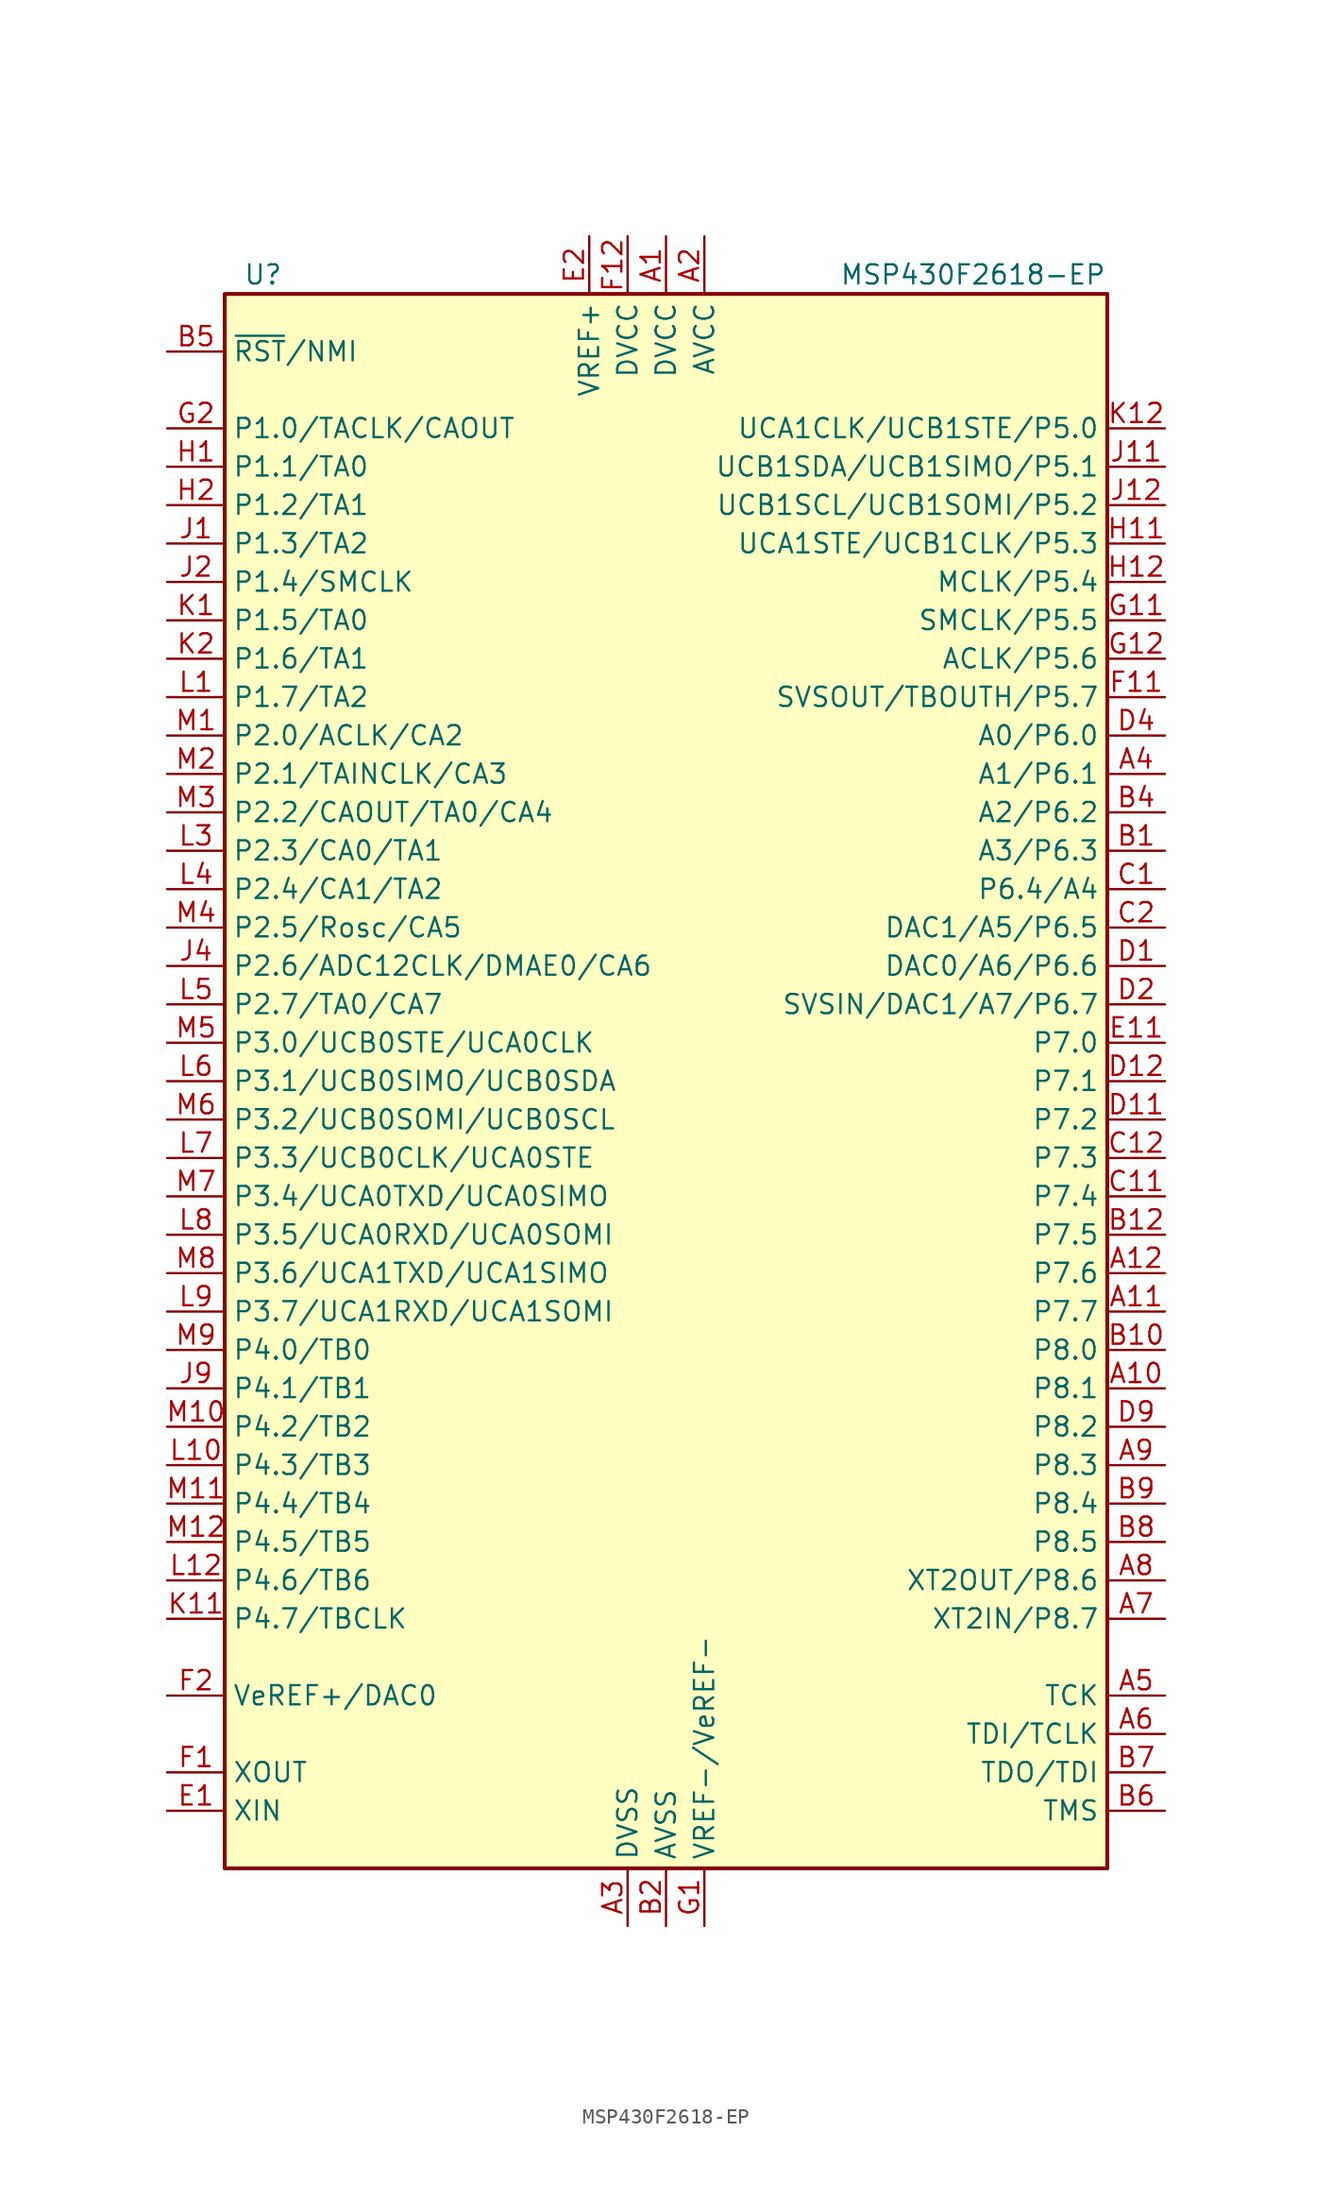
<source format=kicad_sym>
(kicad_symbol_lib
  (version 20201005)
  (generator kicad_symbol_editor)
  (symbol "MSP430F2618-EP"
    (property "Reference" "U"
      (at -26.67 53.34 0)
      (effects (font (size 1.27 1.27))))
    (property "Value" "MSP430F2618-EP"
      (at 20.32 53.34 0)
      (effects (font (size 1.27 1.27))))
    (symbol "MSP430F2618-EP_0_1"
      (rectangle (start -29.21 52.07) (end 29.21 -52.07) (stroke (width 0.254)) (fill (type background))))
    (symbol "MSP430F2618-EP_1_1"
      (pin power_in line (at 0 55.88 270) (length 3.81) (name "DVCC" (effects (font (size 1.27 1.27)))) (number "A1" (effects (font (size 1.27 1.27)))))
      (pin bidirectional line (at 33.02 -20.32 180) (length 3.81) (name "P8.1" (effects (font (size 1.27 1.27)))) (number "A10" (effects (font (size 1.27 1.27)))))
      (pin bidirectional line (at 33.02 -15.24 180) (length 3.81) (name "P7.7" (effects (font (size 1.27 1.27)))) (number "A11" (effects (font (size 1.27 1.27)))))
      (pin bidirectional line (at 33.02 -12.7 180) (length 3.81) (name "P7.6" (effects (font (size 1.27 1.27)))) (number "A12" (effects (font (size 1.27 1.27)))))
      (pin power_in line (at 2.54 55.88 270) (length 3.81) (name "AVCC" (effects (font (size 1.27 1.27)))) (number "A2" (effects (font (size 1.27 1.27)))))
      (pin power_in line (at -2.54 -55.88 90) (length 3.81) (name "DVSS" (effects (font (size 1.27 1.27)))) (number "A3" (effects (font (size 1.27 1.27)))))
      (pin bidirectional line (at 33.02 20.32 180) (length 3.81) (name "A1/P6.1" (effects (font (size 1.27 1.27)))) (number "A4" (effects (font (size 1.27 1.27)))))
      (pin input line (at 33.02 -40.64 180) (length 3.81) (name "TCK" (effects (font (size 1.27 1.27)))) (number "A5" (effects (font (size 1.27 1.27)))))
      (pin input line (at 33.02 -43.18 180) (length 3.81) (name "TDI/TCLK" (effects (font (size 1.27 1.27)))) (number "A6" (effects (font (size 1.27 1.27)))))
      (pin bidirectional line (at 33.02 -35.56 180) (length 3.81) (name "XT2IN/P8.7" (effects (font (size 1.27 1.27)))) (number "A7" (effects (font (size 1.27 1.27)))))
      (pin bidirectional line (at 33.02 -33.02 180) (length 3.81) (name "XT2OUT/P8.6" (effects (font (size 1.27 1.27)))) (number "A8" (effects (font (size 1.27 1.27)))))
      (pin bidirectional line (at 33.02 -25.4 180) (length 3.81) (name "P8.3" (effects (font (size 1.27 1.27)))) (number "A9" (effects (font (size 1.27 1.27)))))
      (pin bidirectional line (at 33.02 15.24 180) (length 3.81) (name "A3/P6.3" (effects (font (size 1.27 1.27)))) (number "B1" (effects (font (size 1.27 1.27)))))
      (pin bidirectional line (at 33.02 -17.78 180) (length 3.81) (name "P8.0" (effects (font (size 1.27 1.27)))) (number "B10" (effects (font (size 1.27 1.27)))))
      (pin power_in line (at -2.54 -55.88 90) (length 3.81) hide (name "DVSS" (effects (font (size 1.27 1.27)))) (number "B11" (effects (font (size 1.27 1.27)))))
      (pin bidirectional line (at 33.02 -10.16 180) (length 3.81) (name "P7.5" (effects (font (size 1.27 1.27)))) (number "B12" (effects (font (size 1.27 1.27)))))
      (pin power_in line (at 0 -55.88 90) (length 3.81) (name "AVSS" (effects (font (size 1.27 1.27)))) (number "B2" (effects (font (size 1.27 1.27)))))
      (pin power_in line (at 0 -55.88 90) (length 3.81) hide (name "AVSS" (effects (font (size 1.27 1.27)))) (number "B3" (effects (font (size 1.27 1.27)))))
      (pin bidirectional line (at 33.02 17.78 180) (length 3.81) (name "A2/P6.2" (effects (font (size 1.27 1.27)))) (number "B4" (effects (font (size 1.27 1.27)))))
      (pin input line (at -33.02 48.26 0) (length 3.81) (name "~RST~/NMI" (effects (font (size 1.27 1.27)))) (number "B5" (effects (font (size 1.27 1.27)))))
      (pin input line (at 33.02 -48.26 180) (length 3.81) (name "TMS" (effects (font (size 1.27 1.27)))) (number "B6" (effects (font (size 1.27 1.27)))))
      (pin bidirectional line (at 33.02 -45.72 180) (length 3.81) (name "TDO/TDI" (effects (font (size 1.27 1.27)))) (number "B7" (effects (font (size 1.27 1.27)))))
      (pin bidirectional line (at 33.02 -30.48 180) (length 3.81) (name "P8.5" (effects (font (size 1.27 1.27)))) (number "B8" (effects (font (size 1.27 1.27)))))
      (pin bidirectional line (at 33.02 -27.94 180) (length 3.81) (name "P8.4" (effects (font (size 1.27 1.27)))) (number "B9" (effects (font (size 1.27 1.27)))))
      (pin bidirectional line (at 33.02 12.7 180) (length 3.81) (name "P6.4/A4" (effects (font (size 1.27 1.27)))) (number "C1" (effects (font (size 1.27 1.27)))))
      (pin bidirectional line (at 33.02 -7.62 180) (length 3.81) (name "P7.4" (effects (font (size 1.27 1.27)))) (number "C11" (effects (font (size 1.27 1.27)))))
      (pin bidirectional line (at 33.02 -5.08 180) (length 3.81) (name "P7.3" (effects (font (size 1.27 1.27)))) (number "C12" (effects (font (size 1.27 1.27)))))
      (pin bidirectional line (at 33.02 10.16 180) (length 3.81) (name "DAC1/A5/P6.5" (effects (font (size 1.27 1.27)))) (number "C2" (effects (font (size 1.27 1.27)))))
      (pin bidirectional line (at 33.02 10.16 180) (length 3.81) hide (name "DAC1/A5/P6.5" (effects (font (size 1.27 1.27)))) (number "C3" (effects (font (size 1.27 1.27)))))
      (pin bidirectional line (at 33.02 7.62 180) (length 3.81) (name "DAC0/A6/P6.6" (effects (font (size 1.27 1.27)))) (number "D1" (effects (font (size 1.27 1.27)))))
      (pin bidirectional line (at 33.02 -2.54 180) (length 3.81) (name "P7.2" (effects (font (size 1.27 1.27)))) (number "D11" (effects (font (size 1.27 1.27)))))
      (pin bidirectional line (at 33.02 0 180) (length 3.81) (name "P7.1" (effects (font (size 1.27 1.27)))) (number "D12" (effects (font (size 1.27 1.27)))))
      (pin bidirectional line (at 33.02 5.08 180) (length 3.81) (name "SVSIN/DAC1/A7/P6.7" (effects (font (size 1.27 1.27)))) (number "D2" (effects (font (size 1.27 1.27)))))
      (pin bidirectional line (at 33.02 22.86 180) (length 3.81) (name "A0/P6.0" (effects (font (size 1.27 1.27)))) (number "D4" (effects (font (size 1.27 1.27)))))
      (pin power_in line (at -2.54 -55.88 90) (length 3.81) hide (name "DVSS" (effects (font (size 1.27 1.27)))) (number "D5" (effects (font (size 1.27 1.27)))))
      (pin power_in line (at -2.54 -55.88 90) (length 3.81) hide (name "DVSS" (effects (font (size 1.27 1.27)))) (number "D6" (effects (font (size 1.27 1.27)))))
      (pin power_in line (at -2.54 -55.88 90) (length 3.81) hide (name "DVSS" (effects (font (size 1.27 1.27)))) (number "D7" (effects (font (size 1.27 1.27)))))
      (pin power_in line (at -2.54 -55.88 90) (length 3.81) hide (name "DVSS" (effects (font (size 1.27 1.27)))) (number "D8" (effects (font (size 1.27 1.27)))))
      (pin bidirectional line (at 33.02 -22.86 180) (length 3.81) (name "P8.2" (effects (font (size 1.27 1.27)))) (number "D9" (effects (font (size 1.27 1.27)))))
      (pin input line (at -33.02 -48.26 0) (length 3.81) (name "XIN" (effects (font (size 1.27 1.27)))) (number "E1" (effects (font (size 1.27 1.27)))))
      (pin power_in line (at 33.02 2.54 180) (length 3.81) (name "P7.0" (effects (font (size 1.27 1.27)))) (number "E11" (effects (font (size 1.27 1.27)))))
      (pin power_in line (at -2.54 -55.88 90) (length 3.81) hide (name "DVSS" (effects (font (size 1.27 1.27)))) (number "E12" (effects (font (size 1.27 1.27)))))
      (pin power_in line (at -5.08 55.88 270) (length 3.81) (name "VREF+" (effects (font (size 1.27 1.27)))) (number "E2" (effects (font (size 1.27 1.27)))))
      (pin power_in line (at -2.54 -55.88 90) (length 3.81) hide (name "DVSS" (effects (font (size 1.27 1.27)))) (number "E4" (effects (font (size 1.27 1.27)))))
      (pin power_in line (at -2.54 -55.88 90) (length 3.81) hide (name "DVSS" (effects (font (size 1.27 1.27)))) (number "E5" (effects (font (size 1.27 1.27)))))
      (pin power_in line (at -2.54 -55.88 90) (length 3.81) hide (name "DVSS" (effects (font (size 1.27 1.27)))) (number "E6" (effects (font (size 1.27 1.27)))))
      (pin power_in line (at -2.54 -55.88 90) (length 3.81) hide (name "DVSS" (effects (font (size 1.27 1.27)))) (number "E7" (effects (font (size 1.27 1.27)))))
      (pin power_in line (at -2.54 -55.88 90) (length 3.81) hide (name "DVSS" (effects (font (size 1.27 1.27)))) (number "E8" (effects (font (size 1.27 1.27)))))
      (pin power_in line (at -2.54 -55.88 90) (length 3.81) hide (name "DVSS" (effects (font (size 1.27 1.27)))) (number "E9" (effects (font (size 1.27 1.27)))))
      (pin output line (at -33.02 -45.72 0) (length 3.81) (name "XOUT" (effects (font (size 1.27 1.27)))) (number "F1" (effects (font (size 1.27 1.27)))))
      (pin bidirectional line (at 33.02 25.4 180) (length 3.81) (name "SVSOUT/TBOUTH/P5.7" (effects (font (size 1.27 1.27)))) (number "F11" (effects (font (size 1.27 1.27)))))
      (pin power_in line (at -2.54 55.88 270) (length 3.81) (name "DVCC" (effects (font (size 1.27 1.27)))) (number "F12" (effects (font (size 1.27 1.27)))))
      (pin bidirectional line (at -33.02 -40.64 0) (length 3.81) (name "VeREF+/DAC0" (effects (font (size 1.27 1.27)))) (number "F2" (effects (font (size 1.27 1.27)))))
      (pin power_in line (at -2.54 -55.88 90) (length 3.81) hide (name "DVSS" (effects (font (size 1.27 1.27)))) (number "F4" (effects (font (size 1.27 1.27)))))
      (pin power_in line (at -2.54 -55.88 90) (length 3.81) hide (name "DVSS" (effects (font (size 1.27 1.27)))) (number "F5" (effects (font (size 1.27 1.27)))))
      (pin power_in line (at -2.54 -55.88 90) (length 3.81) hide (name "DVSS" (effects (font (size 1.27 1.27)))) (number "F8" (effects (font (size 1.27 1.27)))))
      (pin power_in line (at -2.54 -55.88 90) (length 3.81) hide (name "DVSS" (effects (font (size 1.27 1.27)))) (number "F9" (effects (font (size 1.27 1.27)))))
      (pin bidirectional line (at 2.54 -55.88 90) (length 3.81) (name "VREF-/VeREF-" (effects (font (size 1.27 1.27)))) (number "G1" (effects (font (size 1.27 1.27)))))
      (pin bidirectional line (at 33.02 30.48 180) (length 3.81) (name "SMCLK/P5.5" (effects (font (size 1.27 1.27)))) (number "G11" (effects (font (size 1.27 1.27)))))
      (pin bidirectional line (at 33.02 27.94 180) (length 3.81) (name "ACLK/P5.6" (effects (font (size 1.27 1.27)))) (number "G12" (effects (font (size 1.27 1.27)))))
      (pin bidirectional line (at -33.02 43.18 0) (length 3.81) (name "P1.0/TACLK/CAOUT" (effects (font (size 1.27 1.27)))) (number "G2" (effects (font (size 1.27 1.27)))))
      (pin power_in line (at -2.54 -55.88 90) (length 3.81) hide (name "DVSS" (effects (font (size 1.27 1.27)))) (number "G4" (effects (font (size 1.27 1.27)))))
      (pin power_in line (at -2.54 -55.88 90) (length 3.81) hide (name "DVSS" (effects (font (size 1.27 1.27)))) (number "G5" (effects (font (size 1.27 1.27)))))
      (pin power_in line (at -2.54 -55.88 90) (length 3.81) hide (name "DVSS" (effects (font (size 1.27 1.27)))) (number "G8" (effects (font (size 1.27 1.27)))))
      (pin power_in line (at -2.54 -55.88 90) (length 3.81) hide (name "DVSS" (effects (font (size 1.27 1.27)))) (number "G9" (effects (font (size 1.27 1.27)))))
      (pin bidirectional line (at -33.02 40.64 0) (length 3.81) (name "P1.1/TA0" (effects (font (size 1.27 1.27)))) (number "H1" (effects (font (size 1.27 1.27)))))
      (pin bidirectional line (at 33.02 35.56 180) (length 3.81) (name "UCA1STE/UCB1CLK/P5.3" (effects (font (size 1.27 1.27)))) (number "H11" (effects (font (size 1.27 1.27)))))
      (pin bidirectional line (at 33.02 33.02 180) (length 3.81) (name "MCLK/P5.4" (effects (font (size 1.27 1.27)))) (number "H12" (effects (font (size 1.27 1.27)))))
      (pin bidirectional line (at -33.02 38.1 0) (length 3.81) (name "P1.2/TA1" (effects (font (size 1.27 1.27)))) (number "H2" (effects (font (size 1.27 1.27)))))
      (pin power_in line (at -2.54 -55.88 90) (length 3.81) hide (name "DVSS" (effects (font (size 1.27 1.27)))) (number "H4" (effects (font (size 1.27 1.27)))))
      (pin power_in line (at -2.54 -55.88 90) (length 3.81) hide (name "DVSS" (effects (font (size 1.27 1.27)))) (number "H5" (effects (font (size 1.27 1.27)))))
      (pin power_in line (at -2.54 -55.88 90) (length 3.81) hide (name "DVSS" (effects (font (size 1.27 1.27)))) (number "H6" (effects (font (size 1.27 1.27)))))
      (pin power_in line (at -2.54 -55.88 90) (length 3.81) hide (name "DVSS" (effects (font (size 1.27 1.27)))) (number "H7" (effects (font (size 1.27 1.27)))))
      (pin power_in line (at -2.54 -55.88 90) (length 3.81) hide (name "DVSS" (effects (font (size 1.27 1.27)))) (number "H8" (effects (font (size 1.27 1.27)))))
      (pin power_in line (at -2.54 -55.88 90) (length 3.81) hide (name "DVSS" (effects (font (size 1.27 1.27)))) (number "H9" (effects (font (size 1.27 1.27)))))
      (pin bidirectional line (at -33.02 35.56 0) (length 3.81) (name "P1.3/TA2" (effects (font (size 1.27 1.27)))) (number "J1" (effects (font (size 1.27 1.27)))))
      (pin bidirectional line (at 33.02 40.64 180) (length 3.81) (name "UCB1SDA/UCB1SIMO/P5.1" (effects (font (size 1.27 1.27)))) (number "J11" (effects (font (size 1.27 1.27)))))
      (pin bidirectional line (at 33.02 38.1 180) (length 3.81) (name "UCB1SCL/UCB1SOMI/P5.2" (effects (font (size 1.27 1.27)))) (number "J12" (effects (font (size 1.27 1.27)))))
      (pin bidirectional line (at -33.02 33.02 0) (length 3.81) (name "P1.4/SMCLK" (effects (font (size 1.27 1.27)))) (number "J2" (effects (font (size 1.27 1.27)))))
      (pin bidirectional line (at -33.02 7.62 0) (length 3.81) (name "P2.6/ADC12CLK/DMAE0/CA6" (effects (font (size 1.27 1.27)))) (number "J4" (effects (font (size 1.27 1.27)))))
      (pin power_in line (at -2.54 -55.88 90) (length 3.81) hide (name "DVSS" (effects (font (size 1.27 1.27)))) (number "J5" (effects (font (size 1.27 1.27)))))
      (pin power_in line (at -2.54 -55.88 90) (length 3.81) hide (name "DVSS" (effects (font (size 1.27 1.27)))) (number "J6" (effects (font (size 1.27 1.27)))))
      (pin power_in line (at -2.54 -55.88 90) (length 3.81) hide (name "DVSS" (effects (font (size 1.27 1.27)))) (number "J7" (effects (font (size 1.27 1.27)))))
      (pin power_in line (at -2.54 -55.88 90) (length 3.81) hide (name "DVSS" (effects (font (size 1.27 1.27)))) (number "J8" (effects (font (size 1.27 1.27)))))
      (pin bidirectional line (at -33.02 -20.32 0) (length 3.81) (name "P4.1/TB1" (effects (font (size 1.27 1.27)))) (number "J9" (effects (font (size 1.27 1.27)))))
      (pin bidirectional line (at -33.02 30.48 0) (length 3.81) (name "P1.5/TA0" (effects (font (size 1.27 1.27)))) (number "K1" (effects (font (size 1.27 1.27)))))
      (pin bidirectional line (at -33.02 -35.56 0) (length 3.81) (name "P4.7/TBCLK" (effects (font (size 1.27 1.27)))) (number "K11" (effects (font (size 1.27 1.27)))))
      (pin bidirectional line (at 33.02 43.18 180) (length 3.81) (name "UCA1CLK/UCB1STE/P5.0" (effects (font (size 1.27 1.27)))) (number "K12" (effects (font (size 1.27 1.27)))))
      (pin bidirectional line (at -33.02 27.94 0) (length 3.81) (name "P1.6/TA1" (effects (font (size 1.27 1.27)))) (number "K2" (effects (font (size 1.27 1.27)))))
      (pin bidirectional line (at -33.02 25.4 0) (length 3.81) (name "P1.7/TA2" (effects (font (size 1.27 1.27)))) (number "L1" (effects (font (size 1.27 1.27)))))
      (pin bidirectional line (at -33.02 -25.4 0) (length 3.81) (name "P4.3/TB3" (effects (font (size 1.27 1.27)))) (number "L10" (effects (font (size 1.27 1.27)))))
      (pin power_in line (at -2.54 -55.88 90) (length 3.81) hide (name "DVSS" (effects (font (size 1.27 1.27)))) (number "L11" (effects (font (size 1.27 1.27)))))
      (pin bidirectional line (at -33.02 -33.02 0) (length 3.81) (name "P4.6/TB6" (effects (font (size 1.27 1.27)))) (number "L12" (effects (font (size 1.27 1.27)))))
      (pin power_in line (at -2.54 -55.88 90) (length 3.81) hide (name "DVSS" (effects (font (size 1.27 1.27)))) (number "L2" (effects (font (size 1.27 1.27)))))
      (pin bidirectional line (at -33.02 15.24 0) (length 3.81) (name "P2.3/CA0/TA1" (effects (font (size 1.27 1.27)))) (number "L3" (effects (font (size 1.27 1.27)))))
      (pin bidirectional line (at -33.02 12.7 0) (length 3.81) (name "P2.4/CA1/TA2" (effects (font (size 1.27 1.27)))) (number "L4" (effects (font (size 1.27 1.27)))))
      (pin bidirectional line (at -33.02 5.08 0) (length 3.81) (name "P2.7/TA0/CA7" (effects (font (size 1.27 1.27)))) (number "L5" (effects (font (size 1.27 1.27)))))
      (pin bidirectional line (at -33.02 0 0) (length 3.81) (name "P3.1/UCB0SIMO/UCB0SDA" (effects (font (size 1.27 1.27)))) (number "L6" (effects (font (size 1.27 1.27)))))
      (pin bidirectional line (at -33.02 -5.08 0) (length 3.81) (name "P3.3/UCB0CLK/UCA0STE" (effects (font (size 1.27 1.27)))) (number "L7" (effects (font (size 1.27 1.27)))))
      (pin bidirectional line (at -33.02 -10.16 0) (length 3.81) (name "P3.5/UCA0RXD/UCA0SOMI" (effects (font (size 1.27 1.27)))) (number "L8" (effects (font (size 1.27 1.27)))))
      (pin bidirectional line (at -33.02 -15.24 0) (length 3.81) (name "P3.7/UCA1RXD/UCA1SOMI" (effects (font (size 1.27 1.27)))) (number "L9" (effects (font (size 1.27 1.27)))))
      (pin bidirectional line (at -33.02 22.86 0) (length 3.81) (name "P2.0/ACLK/CA2" (effects (font (size 1.27 1.27)))) (number "M1" (effects (font (size 1.27 1.27)))))
      (pin bidirectional line (at -33.02 -22.86 0) (length 3.81) (name "P4.2/TB2" (effects (font (size 1.27 1.27)))) (number "M10" (effects (font (size 1.27 1.27)))))
      (pin bidirectional line (at -33.02 -27.94 0) (length 3.81) (name "P4.4/TB4" (effects (font (size 1.27 1.27)))) (number "M11" (effects (font (size 1.27 1.27)))))
      (pin bidirectional line (at -33.02 -30.48 0) (length 3.81) (name "P4.5/TB5" (effects (font (size 1.27 1.27)))) (number "M12" (effects (font (size 1.27 1.27)))))
      (pin bidirectional line (at -33.02 20.32 0) (length 3.81) (name "P2.1/TAINCLK/CA3" (effects (font (size 1.27 1.27)))) (number "M2" (effects (font (size 1.27 1.27)))))
      (pin bidirectional line (at -33.02 17.78 0) (length 3.81) (name "P2.2/CAOUT/TA0/CA4" (effects (font (size 1.27 1.27)))) (number "M3" (effects (font (size 1.27 1.27)))))
      (pin bidirectional line (at -33.02 10.16 0) (length 3.81) (name "P2.5/Rosc/CA5" (effects (font (size 1.27 1.27)))) (number "M4" (effects (font (size 1.27 1.27)))))
      (pin bidirectional line (at -33.02 2.54 0) (length 3.81) (name "P3.0/UCB0STE/UCA0CLK" (effects (font (size 1.27 1.27)))) (number "M5" (effects (font (size 1.27 1.27)))))
      (pin bidirectional line (at -33.02 -2.54 0) (length 3.81) (name "P3.2/UCB0SOMI/UCB0SCL" (effects (font (size 1.27 1.27)))) (number "M6" (effects (font (size 1.27 1.27)))))
      (pin bidirectional line (at -33.02 -7.62 0) (length 3.81) (name "P3.4/UCA0TXD/UCA0SIMO" (effects (font (size 1.27 1.27)))) (number "M7" (effects (font (size 1.27 1.27)))))
      (pin bidirectional line (at -33.02 -12.7 0) (length 3.81) (name "P3.6/UCA1TXD/UCA1SIMO" (effects (font (size 1.27 1.27)))) (number "M8" (effects (font (size 1.27 1.27)))))
      (pin bidirectional line (at -33.02 -17.78 0) (length 3.81) (name "P4.0/TB0" (effects (font (size 1.27 1.27)))) (number "M9" (effects (font (size 1.27 1.27))))))))
</source>
